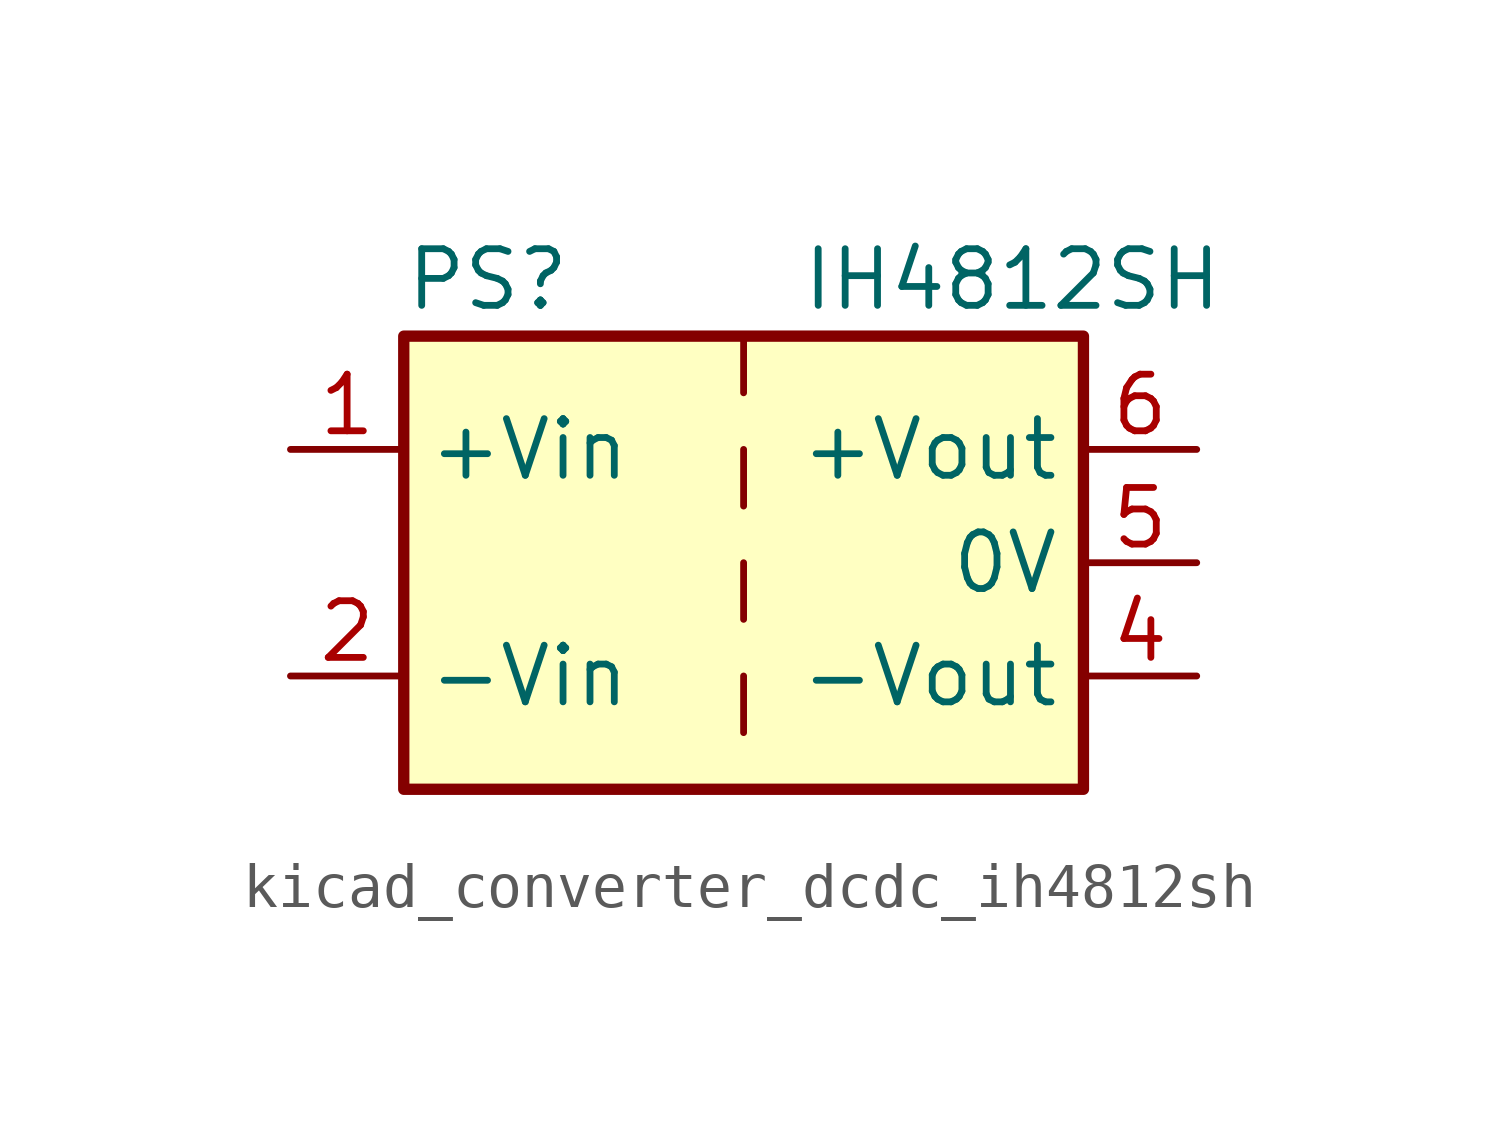
<source format=kicad_sym>
(kicad_symbol_lib
  (version 20220914)
  (generator kicad_symbol_editor)
  (symbol "kicad_converter_dcdc_ih4812sh"
    (property "Reference" "PS"
      (at -7.62 6.35 0)
      (effects (font (size 1.27 1.27)) (justify left)))
    (property "Value" "IH4812SH"
      (at 1.27 6.35 0)
      (effects (font (size 1.27 1.27)) (justify left)))
    (symbol "kicad_converter_dcdc_ih4812sh_0_0"
      (pin power_in line (at -10.16 2.54 0) (length 2.54) (name "+Vin" (effects (font (size 1.27 1.27)))) (number "1" (effects (font (size 1.27 1.27)))))
      (pin power_in line (at -10.16 -2.54 0) (length 2.54) (name "-Vin" (effects (font (size 1.27 1.27)))) (number "2" (effects (font (size 1.27 1.27)))))
      (pin power_out line (at 10.16 -2.54 180) (length 2.54) (name "-Vout" (effects (font (size 1.27 1.27)))) (number "4" (effects (font (size 1.27 1.27)))))
      (pin power_out line (at 10.16 0 180) (length 2.54) (name "0V" (effects (font (size 1.27 1.27)))) (number "5" (effects (font (size 1.27 1.27)))))
      (pin power_out line (at 10.16 2.54 180) (length 2.54) (name "+Vout" (effects (font (size 1.27 1.27)))) (number "6" (effects (font (size 1.27 1.27))))))
    (symbol "kicad_converter_dcdc_ih4812sh_0_1"
      (rectangle (start -7.62 5.08) (end 7.62 -5.08) (stroke (width 0.254) (type default)) (fill (type background)))
      (polyline (pts (xy 0 -2.54) (xy 0 -3.81)) (stroke (width 0) (type default)) (fill (type none)))
      (polyline (pts (xy 0 0) (xy 0 -1.27)) (stroke (width 0) (type default)) (fill (type none)))
      (polyline (pts (xy 0 2.54) (xy 0 1.27)) (stroke (width 0) (type default)) (fill (type none)))
      (polyline (pts (xy 0 5.08) (xy 0 3.81)) (stroke (width 0) (type default)) (fill (type none))))))
</source>
